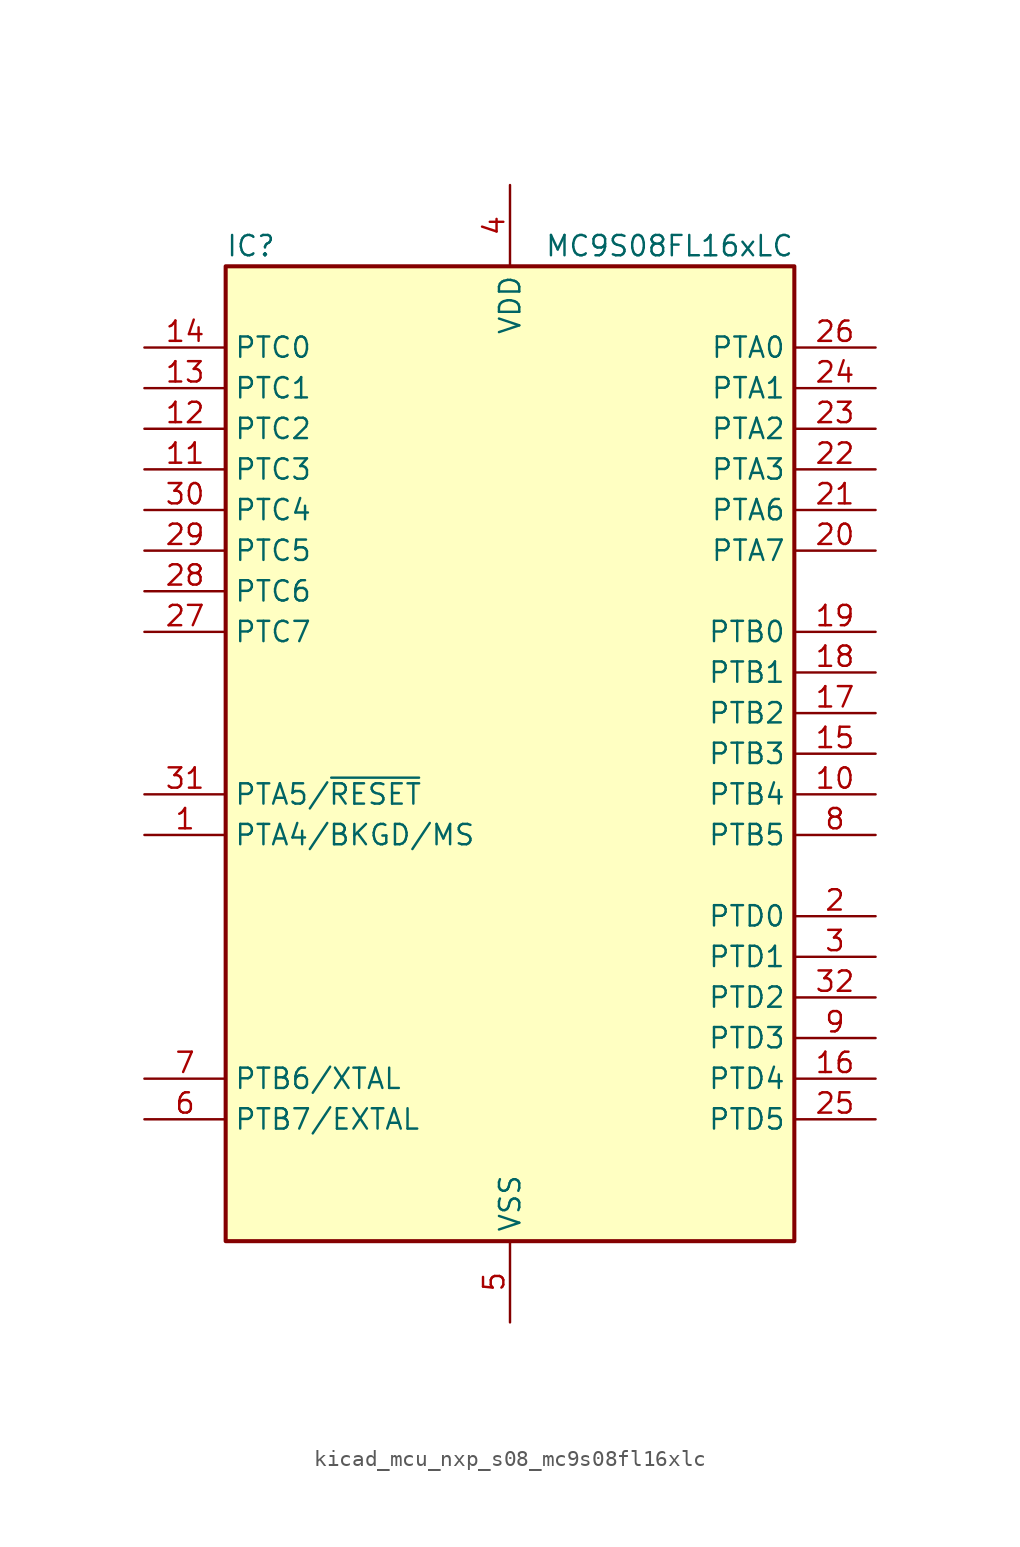
<source format=kicad_sym>
(kicad_symbol_lib
  (version 20220914)
  (generator kicad_symbol_editor)
  (symbol "kicad_mcu_nxp_s08_mc9s08fl16xlc"
    (property "Reference" "IC"
      (at -17.78 31.75 0)
      (effects (font (size 1.27 1.27)) (justify left)))
    (property "Value" "MC9S08FL16xLC"
      (at 17.78 31.75 0)
      (effects (font (size 1.27 1.27)) (justify right)))
    (symbol "kicad_mcu_nxp_s08_mc9s08fl16xlc_0_1"
      (rectangle (start -17.78 30.48) (end 17.78 -30.48) (stroke (width 0.254) (type default)) (fill (type background))))
    (symbol "kicad_mcu_nxp_s08_mc9s08fl16xlc_1_1"
      (pin bidirectional line (at -22.86 -5.08 0) (length 5.08) (name "PTA4/BKGD/MS" (effects (font (size 1.27 1.27)))) (number "1" (effects (font (size 1.27 1.27)))))
      (pin bidirectional line (at 22.86 -2.54 180) (length 5.08) (name "PTB4" (effects (font (size 1.27 1.27)))) (number "10" (effects (font (size 1.27 1.27)))))
      (pin bidirectional line (at -22.86 17.78 0) (length 5.08) (name "PTC3" (effects (font (size 1.27 1.27)))) (number "11" (effects (font (size 1.27 1.27)))))
      (pin bidirectional line (at -22.86 20.32 0) (length 5.08) (name "PTC2" (effects (font (size 1.27 1.27)))) (number "12" (effects (font (size 1.27 1.27)))))
      (pin bidirectional line (at -22.86 22.86 0) (length 5.08) (name "PTC1" (effects (font (size 1.27 1.27)))) (number "13" (effects (font (size 1.27 1.27)))))
      (pin bidirectional line (at -22.86 25.4 0) (length 5.08) (name "PTC0" (effects (font (size 1.27 1.27)))) (number "14" (effects (font (size 1.27 1.27)))))
      (pin bidirectional line (at 22.86 0 180) (length 5.08) (name "PTB3" (effects (font (size 1.27 1.27)))) (number "15" (effects (font (size 1.27 1.27)))))
      (pin bidirectional line (at 22.86 -20.32 180) (length 5.08) (name "PTD4" (effects (font (size 1.27 1.27)))) (number "16" (effects (font (size 1.27 1.27)))))
      (pin bidirectional line (at 22.86 2.54 180) (length 5.08) (name "PTB2" (effects (font (size 1.27 1.27)))) (number "17" (effects (font (size 1.27 1.27)))))
      (pin bidirectional line (at 22.86 5.08 180) (length 5.08) (name "PTB1" (effects (font (size 1.27 1.27)))) (number "18" (effects (font (size 1.27 1.27)))))
      (pin bidirectional line (at 22.86 7.62 180) (length 5.08) (name "PTB0" (effects (font (size 1.27 1.27)))) (number "19" (effects (font (size 1.27 1.27)))))
      (pin bidirectional line (at 22.86 -10.16 180) (length 5.08) (name "PTD0" (effects (font (size 1.27 1.27)))) (number "2" (effects (font (size 1.27 1.27)))))
      (pin bidirectional line (at 22.86 12.7 180) (length 5.08) (name "PTA7" (effects (font (size 1.27 1.27)))) (number "20" (effects (font (size 1.27 1.27)))))
      (pin bidirectional line (at 22.86 15.24 180) (length 5.08) (name "PTA6" (effects (font (size 1.27 1.27)))) (number "21" (effects (font (size 1.27 1.27)))))
      (pin bidirectional line (at 22.86 17.78 180) (length 5.08) (name "PTA3" (effects (font (size 1.27 1.27)))) (number "22" (effects (font (size 1.27 1.27)))))
      (pin bidirectional line (at 22.86 20.32 180) (length 5.08) (name "PTA2" (effects (font (size 1.27 1.27)))) (number "23" (effects (font (size 1.27 1.27)))))
      (pin bidirectional line (at 22.86 22.86 180) (length 5.08) (name "PTA1" (effects (font (size 1.27 1.27)))) (number "24" (effects (font (size 1.27 1.27)))))
      (pin bidirectional line (at 22.86 -22.86 180) (length 5.08) (name "PTD5" (effects (font (size 1.27 1.27)))) (number "25" (effects (font (size 1.27 1.27)))))
      (pin bidirectional line (at 22.86 25.4 180) (length 5.08) (name "PTA0" (effects (font (size 1.27 1.27)))) (number "26" (effects (font (size 1.27 1.27)))))
      (pin bidirectional line (at -22.86 7.62 0) (length 5.08) (name "PTC7" (effects (font (size 1.27 1.27)))) (number "27" (effects (font (size 1.27 1.27)))))
      (pin bidirectional line (at -22.86 10.16 0) (length 5.08) (name "PTC6" (effects (font (size 1.27 1.27)))) (number "28" (effects (font (size 1.27 1.27)))))
      (pin bidirectional line (at -22.86 12.7 0) (length 5.08) (name "PTC5" (effects (font (size 1.27 1.27)))) (number "29" (effects (font (size 1.27 1.27)))))
      (pin bidirectional line (at 22.86 -12.7 180) (length 5.08) (name "PTD1" (effects (font (size 1.27 1.27)))) (number "3" (effects (font (size 1.27 1.27)))))
      (pin bidirectional line (at -22.86 15.24 0) (length 5.08) (name "PTC4" (effects (font (size 1.27 1.27)))) (number "30" (effects (font (size 1.27 1.27)))))
      (pin bidirectional line (at -22.86 -2.54 0) (length 5.08) (name "PTA5/~{RESET}" (effects (font (size 1.27 1.27)))) (number "31" (effects (font (size 1.27 1.27)))))
      (pin bidirectional line (at 22.86 -15.24 180) (length 5.08) (name "PTD2" (effects (font (size 1.27 1.27)))) (number "32" (effects (font (size 1.27 1.27)))))
      (pin power_in line (at 0 35.56 270) (length 5.08) (name "VDD" (effects (font (size 1.27 1.27)))) (number "4" (effects (font (size 1.27 1.27)))))
      (pin power_in line (at 0 -35.56 90) (length 5.08) (name "VSS" (effects (font (size 1.27 1.27)))) (number "5" (effects (font (size 1.27 1.27)))))
      (pin bidirectional line (at -22.86 -22.86 0) (length 5.08) (name "PTB7/EXTAL" (effects (font (size 1.27 1.27)))) (number "6" (effects (font (size 1.27 1.27)))))
      (pin bidirectional line (at -22.86 -20.32 0) (length 5.08) (name "PTB6/XTAL" (effects (font (size 1.27 1.27)))) (number "7" (effects (font (size 1.27 1.27)))))
      (pin bidirectional line (at 22.86 -5.08 180) (length 5.08) (name "PTB5" (effects (font (size 1.27 1.27)))) (number "8" (effects (font (size 1.27 1.27)))))
      (pin bidirectional line (at 22.86 -17.78 180) (length 5.08) (name "PTD3" (effects (font (size 1.27 1.27)))) (number "9" (effects (font (size 1.27 1.27))))))))
</source>
